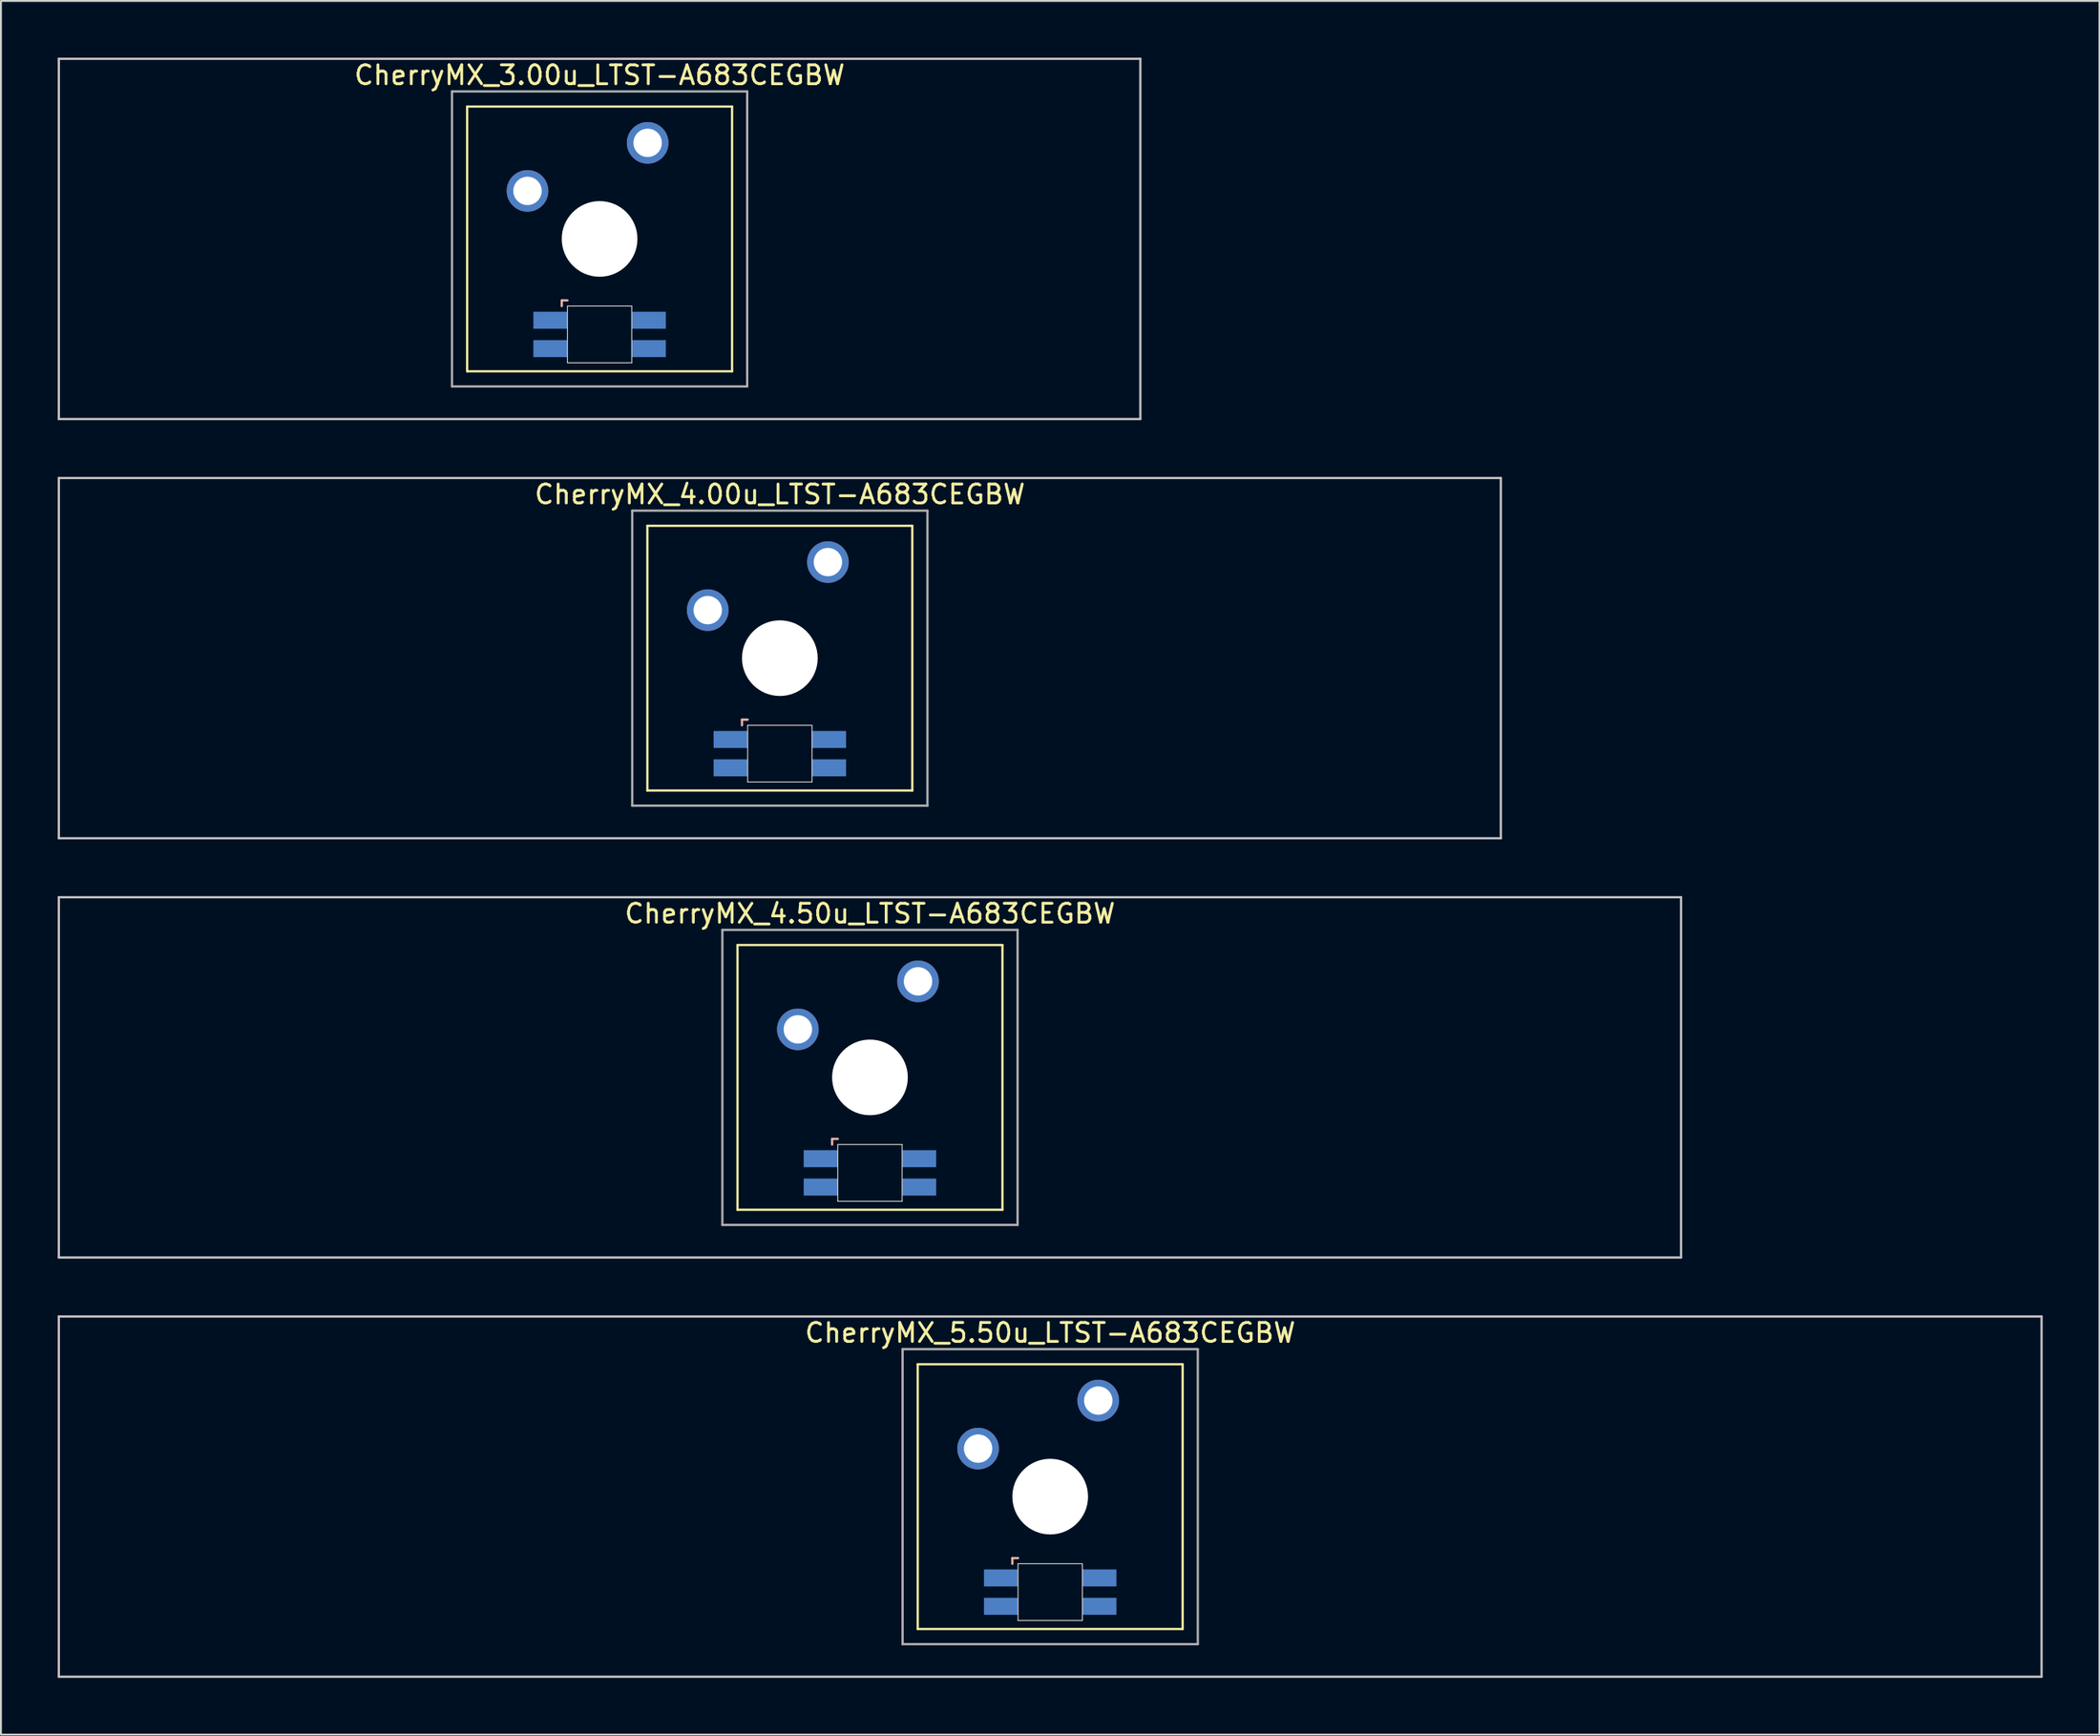
<source format=kicad_pcb>
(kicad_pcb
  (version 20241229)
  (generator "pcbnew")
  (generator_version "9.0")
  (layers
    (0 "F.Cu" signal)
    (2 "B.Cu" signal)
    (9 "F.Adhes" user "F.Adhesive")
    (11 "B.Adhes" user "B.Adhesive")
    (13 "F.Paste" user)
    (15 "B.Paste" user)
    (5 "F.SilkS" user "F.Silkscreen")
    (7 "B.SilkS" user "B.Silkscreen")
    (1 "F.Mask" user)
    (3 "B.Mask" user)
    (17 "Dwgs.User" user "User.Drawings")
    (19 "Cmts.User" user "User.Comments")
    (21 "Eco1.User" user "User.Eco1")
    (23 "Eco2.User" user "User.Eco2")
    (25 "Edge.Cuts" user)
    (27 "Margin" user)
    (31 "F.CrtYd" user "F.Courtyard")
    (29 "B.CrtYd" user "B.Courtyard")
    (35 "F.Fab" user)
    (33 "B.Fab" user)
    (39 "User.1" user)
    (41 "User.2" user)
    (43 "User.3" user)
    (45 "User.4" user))
  (footprint "CherryMX_4.50u_LTST-A683CEGBW"
    (layer "F.Cu")
    (at 42.922 53.925)
    (property "Reference" "CherryMX_4.50u_LTST-A683CEGBW" (at 0 -8.662 0) (layer "F.SilkS") (effects (font (size 1 1) (thickness 0.15))))
    (attr through_hole)
    (fp_line (start -7 -7) (end -7 7) (stroke (width 0.12) (type solid)) (layer "F.SilkS"))
    (fp_line (start -7 -7) (end 7 -7) (stroke (width 0.12) (type solid)) (layer "F.SilkS"))
    (fp_line (start 7 -7) (end 7 7) (stroke (width 0.12) (type solid)) (layer "F.SilkS"))
    (fp_line (start 7 7) (end -7 7) (stroke (width 0.12) (type solid)) (layer "F.SilkS"))
    (fp_line (start -2 3.25) (end -2 3.55) (stroke (width 0.12) (type solid)) (layer "B.SilkS"))
    (fp_line (start -1.7 3.25) (end -2 3.25) (stroke (width 0.12) (type solid)) (layer "B.SilkS"))
    (fp_line (start -42.862 -9.525) (end 42.862 -9.525) (stroke (width 0.12) (type solid)) (layer "Dwgs.User"))
    (fp_line (start -42.862 9.525) (end -42.862 -9.525) (stroke (width 0.12) (type solid)) (layer "Dwgs.User"))
    (fp_line (start 42.862 -9.525) (end 42.862 9.525) (stroke (width 0.12) (type solid)) (layer "Dwgs.User"))
    (fp_line (start 42.862 9.525) (end -42.862 9.525) (stroke (width 0.12) (type solid)) (layer "Dwgs.User"))
    (fp_line (start -1.7 3.55) (end 1.7 3.55) (stroke (width 0.05) (type solid)) (layer "Edge.Cuts"))
    (fp_line (start -1.7 6.55) (end -1.7 3.55) (stroke (width 0.05) (type solid)) (layer "Edge.Cuts"))
    (fp_line (start 1.7 3.55) (end 1.7 6.55) (stroke (width 0.05) (type solid)) (layer "Edge.Cuts"))
    (fp_line (start 1.7 6.55) (end -1.7 6.55) (stroke (width 0.05) (type solid)) (layer "Edge.Cuts"))
    (fp_line (start -7.8 -7.8) (end -7.8 7.8) (stroke (width 0.12) (type solid)) (layer "F.Fab"))
    (fp_line (start -7.8 -7.8) (end 7.8 -7.8) (stroke (width 0.12) (type solid)) (layer "F.Fab"))
    (fp_line (start -7.8 7.8) (end 7.8 7.8) (stroke (width 0.12) (type solid)) (layer "F.Fab"))
    (fp_line (start 7.8 -7.8) (end 7.8 7.8) (stroke (width 0.12) (type solid)) (layer "F.Fab"))
    (pad "" np_thru_hole circle (at 0 0) (size 4 4) (drill 4) (layers "*.Cu" "*.Mask"))
    (pad "1" thru_hole circle (at -3.81 -2.54) (size 2.2 2.2) (drill 1.5) (layers "*.Cu" "*.Mask"))
    (pad "2" thru_hole circle (at 2.54 -5.08) (size 2.2 2.2) (drill 1.5) (layers "*.Cu" "*.Mask"))
    (pad "3" smd rect (at -2.6 4.3) (size 1.8 0.9) (layers "B.Cu" "B.Mask" "B.Paste"))
    (pad "4" smd rect (at -2.6 5.8) (size 1.8 0.9) (layers "B.Cu" "B.Mask" "B.Paste"))
    (pad "5" smd rect (at 2.6 4.3) (size 1.8 0.9) (layers "B.Cu" "B.Mask" "B.Paste"))
    (pad "6" smd rect (at 2.6 5.8) (size 1.8 0.9) (layers "B.Cu" "B.Mask" "B.Paste")))
  (footprint "CherryMX_3.00u_LTST-A683CEGBW"
    (layer "F.Cu")
    (at 28.635 9.585)
    (property "Reference" "CherryMX_3.00u_LTST-A683CEGBW" (at 0 -8.662 0) (layer "F.SilkS") (effects (font (size 1 1) (thickness 0.15))))
    (attr through_hole)
    (fp_line (start -7 -7) (end -7 7) (stroke (width 0.12) (type solid)) (layer "F.SilkS"))
    (fp_line (start -7 -7) (end 7 -7) (stroke (width 0.12) (type solid)) (layer "F.SilkS"))
    (fp_line (start 7 -7) (end 7 7) (stroke (width 0.12) (type solid)) (layer "F.SilkS"))
    (fp_line (start 7 7) (end -7 7) (stroke (width 0.12) (type solid)) (layer "F.SilkS"))
    (fp_line (start -2 3.25) (end -2 3.55) (stroke (width 0.12) (type solid)) (layer "B.SilkS"))
    (fp_line (start -1.7 3.25) (end -2 3.25) (stroke (width 0.12) (type solid)) (layer "B.SilkS"))
    (fp_line (start -28.575 -9.525) (end 28.575 -9.525) (stroke (width 0.12) (type solid)) (layer "Dwgs.User"))
    (fp_line (start -28.575 9.525) (end -28.575 -9.525) (stroke (width 0.12) (type solid)) (layer "Dwgs.User"))
    (fp_line (start 28.575 -9.525) (end 28.575 9.525) (stroke (width 0.12) (type solid)) (layer "Dwgs.User"))
    (fp_line (start 28.575 9.525) (end -28.575 9.525) (stroke (width 0.12) (type solid)) (layer "Dwgs.User"))
    (fp_line (start -1.7 3.55) (end 1.7 3.55) (stroke (width 0.05) (type solid)) (layer "Edge.Cuts"))
    (fp_line (start -1.7 6.55) (end -1.7 3.55) (stroke (width 0.05) (type solid)) (layer "Edge.Cuts"))
    (fp_line (start 1.7 3.55) (end 1.7 6.55) (stroke (width 0.05) (type solid)) (layer "Edge.Cuts"))
    (fp_line (start 1.7 6.55) (end -1.7 6.55) (stroke (width 0.05) (type solid)) (layer "Edge.Cuts"))
    (fp_line (start -7.8 -7.8) (end -7.8 7.8) (stroke (width 0.12) (type solid)) (layer "F.Fab"))
    (fp_line (start -7.8 -7.8) (end 7.8 -7.8) (stroke (width 0.12) (type solid)) (layer "F.Fab"))
    (fp_line (start -7.8 7.8) (end 7.8 7.8) (stroke (width 0.12) (type solid)) (layer "F.Fab"))
    (fp_line (start 7.8 -7.8) (end 7.8 7.8) (stroke (width 0.12) (type solid)) (layer "F.Fab"))
    (pad "" np_thru_hole circle (at 0 0) (size 4 4) (drill 4) (layers "*.Cu" "*.Mask"))
    (pad "1" thru_hole circle (at -3.81 -2.54) (size 2.2 2.2) (drill 1.5) (layers "*.Cu" "*.Mask"))
    (pad "2" thru_hole circle (at 2.54 -5.08) (size 2.2 2.2) (drill 1.5) (layers "*.Cu" "*.Mask"))
    (pad "3" smd rect (at -2.6 4.3) (size 1.8 0.9) (layers "B.Cu" "B.Mask" "B.Paste"))
    (pad "4" smd rect (at -2.6 5.8) (size 1.8 0.9) (layers "B.Cu" "B.Mask" "B.Paste"))
    (pad "5" smd rect (at 2.6 4.3) (size 1.8 0.9) (layers "B.Cu" "B.Mask" "B.Paste"))
    (pad "6" smd rect (at 2.6 5.8) (size 1.8 0.9) (layers "B.Cu" "B.Mask" "B.Paste")))
  (footprint "CherryMX_4.00u_LTST-A683CEGBW"
    (layer "F.Cu")
    (at 38.16 31.755)
    (property "Reference" "CherryMX_4.00u_LTST-A683CEGBW" (at 0 -8.662 0) (layer "F.SilkS") (effects (font (size 1 1) (thickness 0.15))))
    (attr through_hole)
    (fp_line (start -7 -7) (end -7 7) (stroke (width 0.12) (type solid)) (layer "F.SilkS"))
    (fp_line (start -7 -7) (end 7 -7) (stroke (width 0.12) (type solid)) (layer "F.SilkS"))
    (fp_line (start 7 -7) (end 7 7) (stroke (width 0.12) (type solid)) (layer "F.SilkS"))
    (fp_line (start 7 7) (end -7 7) (stroke (width 0.12) (type solid)) (layer "F.SilkS"))
    (fp_line (start -2 3.25) (end -2 3.55) (stroke (width 0.12) (type solid)) (layer "B.SilkS"))
    (fp_line (start -1.7 3.25) (end -2 3.25) (stroke (width 0.12) (type solid)) (layer "B.SilkS"))
    (fp_line (start -38.1 -9.525) (end 38.1 -9.525) (stroke (width 0.12) (type solid)) (layer "Dwgs.User"))
    (fp_line (start -38.1 9.525) (end -38.1 -9.525) (stroke (width 0.12) (type solid)) (layer "Dwgs.User"))
    (fp_line (start 38.1 -9.525) (end 38.1 9.525) (stroke (width 0.12) (type solid)) (layer "Dwgs.User"))
    (fp_line (start 38.1 9.525) (end -38.1 9.525) (stroke (width 0.12) (type solid)) (layer "Dwgs.User"))
    (fp_line (start -1.7 3.55) (end 1.7 3.55) (stroke (width 0.05) (type solid)) (layer "Edge.Cuts"))
    (fp_line (start -1.7 6.55) (end -1.7 3.55) (stroke (width 0.05) (type solid)) (layer "Edge.Cuts"))
    (fp_line (start 1.7 3.55) (end 1.7 6.55) (stroke (width 0.05) (type solid)) (layer "Edge.Cuts"))
    (fp_line (start 1.7 6.55) (end -1.7 6.55) (stroke (width 0.05) (type solid)) (layer "Edge.Cuts"))
    (fp_line (start -7.8 -7.8) (end -7.8 7.8) (stroke (width 0.12) (type solid)) (layer "F.Fab"))
    (fp_line (start -7.8 -7.8) (end 7.8 -7.8) (stroke (width 0.12) (type solid)) (layer "F.Fab"))
    (fp_line (start -7.8 7.8) (end 7.8 7.8) (stroke (width 0.12) (type solid)) (layer "F.Fab"))
    (fp_line (start 7.8 -7.8) (end 7.8 7.8) (stroke (width 0.12) (type solid)) (layer "F.Fab"))
    (pad "" np_thru_hole circle (at 0 0) (size 4 4) (drill 4) (layers "*.Cu" "*.Mask"))
    (pad "1" thru_hole circle (at -3.81 -2.54) (size 2.2 2.2) (drill 1.5) (layers "*.Cu" "*.Mask"))
    (pad "2" thru_hole circle (at 2.54 -5.08) (size 2.2 2.2) (drill 1.5) (layers "*.Cu" "*.Mask"))
    (pad "3" smd rect (at -2.6 4.3) (size 1.8 0.9) (layers "B.Cu" "B.Mask" "B.Paste"))
    (pad "4" smd rect (at -2.6 5.8) (size 1.8 0.9) (layers "B.Cu" "B.Mask" "B.Paste"))
    (pad "5" smd rect (at 2.6 4.3) (size 1.8 0.9) (layers "B.Cu" "B.Mask" "B.Paste"))
    (pad "6" smd rect (at 2.6 5.8) (size 1.8 0.9) (layers "B.Cu" "B.Mask" "B.Paste")))
  (footprint "CherryMX_5.50u_LTST-A683CEGBW"
    (layer "F.Cu")
    (at 52.447 76.095)
    (property "Reference" "CherryMX_5.50u_LTST-A683CEGBW" (at 0 -8.662 0) (layer "F.SilkS") (effects (font (size 1 1) (thickness 0.15))))
    (attr through_hole)
    (fp_line (start -7 -7) (end -7 7) (stroke (width 0.12) (type solid)) (layer "F.SilkS"))
    (fp_line (start -7 -7) (end 7 -7) (stroke (width 0.12) (type solid)) (layer "F.SilkS"))
    (fp_line (start 7 -7) (end 7 7) (stroke (width 0.12) (type solid)) (layer "F.SilkS"))
    (fp_line (start 7 7) (end -7 7) (stroke (width 0.12) (type solid)) (layer "F.SilkS"))
    (fp_line (start -2 3.25) (end -2 3.55) (stroke (width 0.12) (type solid)) (layer "B.SilkS"))
    (fp_line (start -1.7 3.25) (end -2 3.25) (stroke (width 0.12) (type solid)) (layer "B.SilkS"))
    (fp_line (start -52.388 -9.525) (end 52.388 -9.525) (stroke (width 0.12) (type solid)) (layer "Dwgs.User"))
    (fp_line (start -52.388 9.525) (end -52.388 -9.525) (stroke (width 0.12) (type solid)) (layer "Dwgs.User"))
    (fp_line (start 52.388 -9.525) (end 52.388 9.525) (stroke (width 0.12) (type solid)) (layer "Dwgs.User"))
    (fp_line (start 52.388 9.525) (end -52.388 9.525) (stroke (width 0.12) (type solid)) (layer "Dwgs.User"))
    (fp_line (start -1.7 3.55) (end 1.7 3.55) (stroke (width 0.05) (type solid)) (layer "Edge.Cuts"))
    (fp_line (start -1.7 6.55) (end -1.7 3.55) (stroke (width 0.05) (type solid)) (layer "Edge.Cuts"))
    (fp_line (start 1.7 3.55) (end 1.7 6.55) (stroke (width 0.05) (type solid)) (layer "Edge.Cuts"))
    (fp_line (start 1.7 6.55) (end -1.7 6.55) (stroke (width 0.05) (type solid)) (layer "Edge.Cuts"))
    (fp_line (start -7.8 -7.8) (end -7.8 7.8) (stroke (width 0.12) (type solid)) (layer "F.Fab"))
    (fp_line (start -7.8 -7.8) (end 7.8 -7.8) (stroke (width 0.12) (type solid)) (layer "F.Fab"))
    (fp_line (start -7.8 7.8) (end 7.8 7.8) (stroke (width 0.12) (type solid)) (layer "F.Fab"))
    (fp_line (start 7.8 -7.8) (end 7.8 7.8) (stroke (width 0.12) (type solid)) (layer "F.Fab"))
    (pad "" np_thru_hole circle (at 0 0) (size 4 4) (drill 4) (layers "*.Cu" "*.Mask"))
    (pad "1" thru_hole circle (at -3.81 -2.54) (size 2.2 2.2) (drill 1.5) (layers "*.Cu" "*.Mask"))
    (pad "2" thru_hole circle (at 2.54 -5.08) (size 2.2 2.2) (drill 1.5) (layers "*.Cu" "*.Mask"))
    (pad "3" smd rect (at -2.6 4.3) (size 1.8 0.9) (layers "B.Cu" "B.Mask" "B.Paste"))
    (pad "4" smd rect (at -2.6 5.8) (size 1.8 0.9) (layers "B.Cu" "B.Mask" "B.Paste"))
    (pad "5" smd rect (at 2.6 4.3) (size 1.8 0.9) (layers "B.Cu" "B.Mask" "B.Paste"))
    (pad "6" smd rect (at 2.6 5.8) (size 1.8 0.9) (layers "B.Cu" "B.Mask" "B.Paste")))
  (gr_rect
    (start -3 -3)
    (end 107.895 88.68)
    (stroke (width 0.1) (type default))
    (fill no)
    (layer "Edge.Cuts")))
</source>
